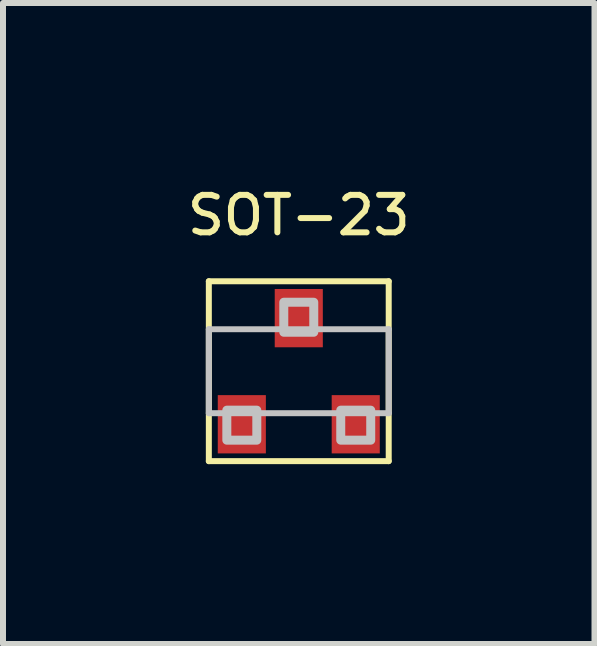
<source format=kicad_pcb>
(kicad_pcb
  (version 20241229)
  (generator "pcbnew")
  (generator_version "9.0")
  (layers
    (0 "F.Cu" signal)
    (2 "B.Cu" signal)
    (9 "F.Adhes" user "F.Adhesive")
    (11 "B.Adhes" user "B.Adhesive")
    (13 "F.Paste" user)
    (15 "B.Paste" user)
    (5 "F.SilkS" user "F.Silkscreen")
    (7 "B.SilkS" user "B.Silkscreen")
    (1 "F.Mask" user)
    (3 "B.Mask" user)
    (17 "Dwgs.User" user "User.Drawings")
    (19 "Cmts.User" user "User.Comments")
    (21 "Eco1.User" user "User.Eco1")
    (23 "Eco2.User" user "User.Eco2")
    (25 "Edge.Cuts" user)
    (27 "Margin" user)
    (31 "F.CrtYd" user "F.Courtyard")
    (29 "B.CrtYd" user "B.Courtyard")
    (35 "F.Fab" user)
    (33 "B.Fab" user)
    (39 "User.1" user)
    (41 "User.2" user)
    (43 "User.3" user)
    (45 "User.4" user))
  (footprint "SOT-23"
    (layer "F.Cu")
    (at 1.933 3.141)
    (property "Reference" "SOT-23" (at 0 -2.6 0) (layer "F.SilkS") (effects (font (size 0.625 0.625) (thickness 0.1))))
    (attr through_hole)
    (fp_line (start -1.5 -1.5) (end -1.5 1.5) (stroke (width 0.1) (type solid)) (layer "F.SilkS"))
    (fp_line (start -1.5 1.5) (end 1.5 1.5) (stroke (width 0.1) (type solid)) (layer "F.SilkS"))
    (fp_line (start 1.5 -1.5) (end -1.5 -1.5) (stroke (width 0.1) (type solid)) (layer "F.SilkS"))
    (fp_line (start 1.5 1.5) (end 1.5 -1.5) (stroke (width 0.1) (type solid)) (layer "F.SilkS"))
    (fp_line (start -1.5 -0.7) (end -1.5 0.7) (stroke (width 0.1) (type solid)) (layer "Dwgs.User"))
    (fp_line (start -1.5 0.7) (end 1.5 0.7) (stroke (width 0.1) (type solid)) (layer "Dwgs.User"))
    (fp_line (start 1.5 -0.7) (end -1.5 -0.7) (stroke (width 0.1) (type solid)) (layer "Dwgs.User"))
    (fp_line (start 1.5 0.7) (end 1.5 -0.7) (stroke (width 0.1) (type solid)) (layer "Dwgs.User"))
    (fp_poly (pts (xy -1.2 0.65) (xy -1.2 1.15) (xy -0.7 1.15) (xy -0.7 0.65) (xy -1.2 0.65)) (stroke (width 0.15) (type solid)) (fill no) (layer "Dwgs.User"))
    (fp_poly (pts (xy -0.25 -1.15) (xy -0.25 -0.65) (xy 0.25 -0.65) (xy 0.25 -1.15) (xy -0.25 -1.15)) (stroke (width 0.15) (type solid)) (fill no) (layer "Dwgs.User"))
    (fp_poly (pts (xy 0.7 0.65) (xy 0.7 1.15) (xy 1.2 1.15) (xy 1.2 0.65) (xy 0.7 0.65)) (stroke (width 0.15) (type solid)) (fill no) (layer "Dwgs.User"))
    (pad "1/G" smd rect (at -0.95 0.885) (size 0.802 0.972) (layers "F.Cu" "F.Mask" "F.Paste"))
    (pad "2/S" smd rect (at 0.95 0.885) (size 0.802 0.972) (layers "F.Cu" "F.Mask" "F.Paste"))
    (pad "3/D" smd rect (at 0 -0.885) (size 0.802 0.972) (layers "F.Cu" "F.Mask" "F.Paste")))
  (gr_rect
    (start -3 -3)
    (end 6.865 7.691)
    (stroke (width 0.1) (type default))
    (fill no)
    (layer "Edge.Cuts")))
</source>
